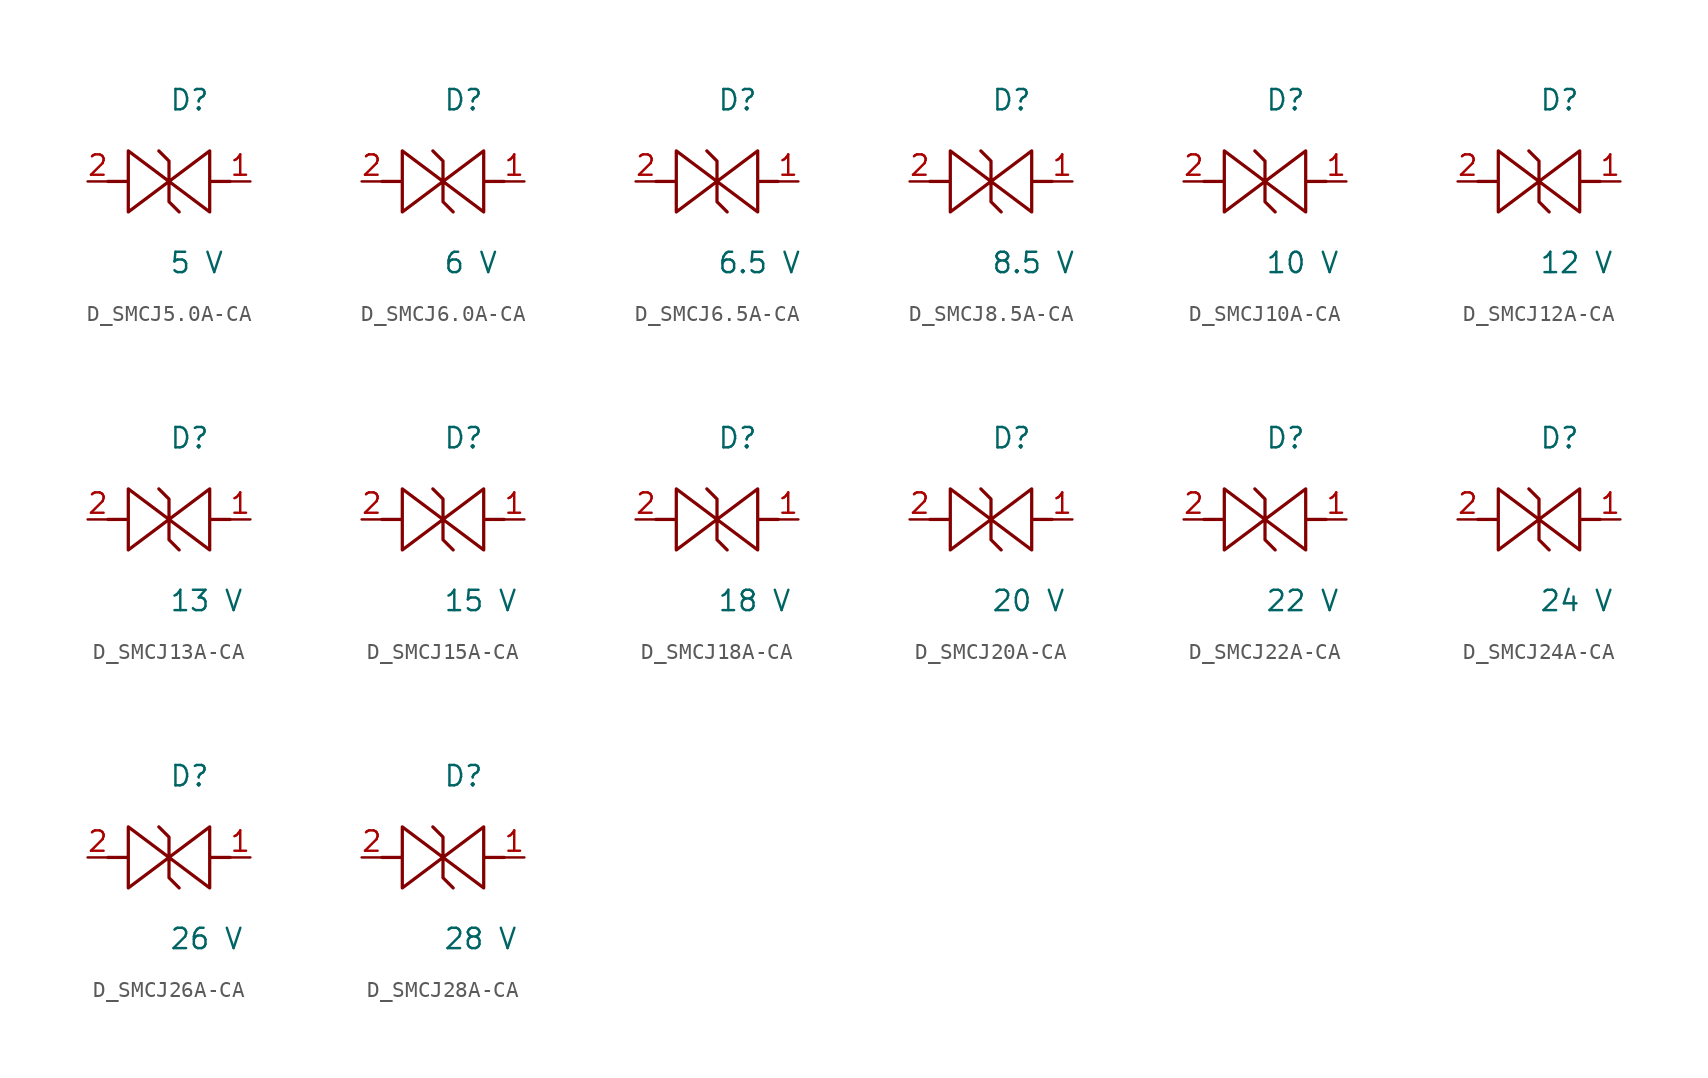
<source format=kicad_sym>
(kicad_symbol_lib
  (version 20231120)
  (generator kicad_symbol_editor)
  (generator_version 8.0)
  (symbol "D_SMCJ5.0A-CA"
    (pin_names
      (offset 0.254))
    (property "Reference" "D"
      (at 0 5.08 0)
      (effects (font (size 1.27 1.27)) (justify left)))
    (property "Value" "5 V"
      (at 0 -5.08 0)
      (effects (font (size 1.27 1.27)) (justify left)))
    (symbol "D_SMCJ5.0A-CA_1_0"
      (polyline (pts (xy 3.81 0) (xy 2.54 0) (xy 2.54 1.905) (xy 0 0) (xy 0 1.27) (xy -0.635 1.905) (xy 0 1.27) (xy 0 0) (xy -2.54 1.905) (xy -2.54 0) (xy -3.81 0) (xy -2.54 0) (xy -2.54 -1.905) (xy 0 0) (xy 0 -1.27) (xy 0.635 -1.905) (xy 0 -1.27) (xy 0 0) (xy 2.54 -1.905) (xy 2.54 0)) (stroke (width 0.203) (type default)) (fill (type none)))
      (pin passive line (at 5.08 0 180) (length 1.27) (name "" (effects (font (size 1.27 1.27)))) (number "1" (effects (font (size 1.27 1.27)))))
      (pin passive line (at -5.08 0 0) (length 1.27) (name "" (effects (font (size 1.27 1.27)))) (number "2" (effects (font (size 1.27 1.27)))))))
  (symbol "D_SMCJ6.0A-CA"
    (pin_names
      (offset 0.254))
    (property "Reference" "D"
      (at 0 5.08 0)
      (effects (font (size 1.27 1.27)) (justify left)))
    (property "Value" "6 V"
      (at 0 -5.08 0)
      (effects (font (size 1.27 1.27)) (justify left)))
    (symbol "D_SMCJ6.0A-CA_1_0"
      (polyline (pts (xy 3.81 0) (xy 2.54 0) (xy 2.54 1.905) (xy 0 0) (xy 0 1.27) (xy -0.635 1.905) (xy 0 1.27) (xy 0 0) (xy -2.54 1.905) (xy -2.54 0) (xy -3.81 0) (xy -2.54 0) (xy -2.54 -1.905) (xy 0 0) (xy 0 -1.27) (xy 0.635 -1.905) (xy 0 -1.27) (xy 0 0) (xy 2.54 -1.905) (xy 2.54 0)) (stroke (width 0.203) (type default)) (fill (type none)))
      (pin passive line (at 5.08 0 180) (length 1.27) (name "" (effects (font (size 1.27 1.27)))) (number "1" (effects (font (size 1.27 1.27)))))
      (pin passive line (at -5.08 0 0) (length 1.27) (name "" (effects (font (size 1.27 1.27)))) (number "2" (effects (font (size 1.27 1.27)))))))
  (symbol "D_SMCJ6.5A-CA"
    (pin_names
      (offset 0.254))
    (property "Reference" "D"
      (at 0 5.08 0)
      (effects (font (size 1.27 1.27)) (justify left)))
    (property "Value" "6.5 V"
      (at 0 -5.08 0)
      (effects (font (size 1.27 1.27)) (justify left)))
    (symbol "D_SMCJ6.5A-CA_1_0"
      (polyline (pts (xy 3.81 0) (xy 2.54 0) (xy 2.54 1.905) (xy 0 0) (xy 0 1.27) (xy -0.635 1.905) (xy 0 1.27) (xy 0 0) (xy -2.54 1.905) (xy -2.54 0) (xy -3.81 0) (xy -2.54 0) (xy -2.54 -1.905) (xy 0 0) (xy 0 -1.27) (xy 0.635 -1.905) (xy 0 -1.27) (xy 0 0) (xy 2.54 -1.905) (xy 2.54 0)) (stroke (width 0.203) (type default)) (fill (type none)))
      (pin passive line (at 5.08 0 180) (length 1.27) (name "" (effects (font (size 1.27 1.27)))) (number "1" (effects (font (size 1.27 1.27)))))
      (pin passive line (at -5.08 0 0) (length 1.27) (name "" (effects (font (size 1.27 1.27)))) (number "2" (effects (font (size 1.27 1.27)))))))
  (symbol "D_SMCJ8.5A-CA"
    (pin_names
      (offset 0.254))
    (property "Reference" "D"
      (at 0 5.08 0)
      (effects (font (size 1.27 1.27)) (justify left)))
    (property "Value" "8.5 V"
      (at 0 -5.08 0)
      (effects (font (size 1.27 1.27)) (justify left)))
    (symbol "D_SMCJ8.5A-CA_1_0"
      (polyline (pts (xy 3.81 0) (xy 2.54 0) (xy 2.54 1.905) (xy 0 0) (xy 0 1.27) (xy -0.635 1.905) (xy 0 1.27) (xy 0 0) (xy -2.54 1.905) (xy -2.54 0) (xy -3.81 0) (xy -2.54 0) (xy -2.54 -1.905) (xy 0 0) (xy 0 -1.27) (xy 0.635 -1.905) (xy 0 -1.27) (xy 0 0) (xy 2.54 -1.905) (xy 2.54 0)) (stroke (width 0.203) (type default)) (fill (type none)))
      (pin passive line (at 5.08 0 180) (length 1.27) (name "" (effects (font (size 1.27 1.27)))) (number "1" (effects (font (size 1.27 1.27)))))
      (pin passive line (at -5.08 0 0) (length 1.27) (name "" (effects (font (size 1.27 1.27)))) (number "2" (effects (font (size 1.27 1.27)))))))
  (symbol "D_SMCJ10A-CA"
    (pin_names
      (offset 0.254))
    (property "Reference" "D"
      (at 0 5.08 0)
      (effects (font (size 1.27 1.27)) (justify left)))
    (property "Value" "10 V"
      (at 0 -5.08 0)
      (effects (font (size 1.27 1.27)) (justify left)))
    (symbol "D_SMCJ10A-CA_1_0"
      (polyline (pts (xy 3.81 0) (xy 2.54 0) (xy 2.54 1.905) (xy 0 0) (xy 0 1.27) (xy -0.635 1.905) (xy 0 1.27) (xy 0 0) (xy -2.54 1.905) (xy -2.54 0) (xy -3.81 0) (xy -2.54 0) (xy -2.54 -1.905) (xy 0 0) (xy 0 -1.27) (xy 0.635 -1.905) (xy 0 -1.27) (xy 0 0) (xy 2.54 -1.905) (xy 2.54 0)) (stroke (width 0.203) (type default)) (fill (type none)))
      (pin passive line (at 5.08 0 180) (length 1.27) (name "" (effects (font (size 1.27 1.27)))) (number "1" (effects (font (size 1.27 1.27)))))
      (pin passive line (at -5.08 0 0) (length 1.27) (name "" (effects (font (size 1.27 1.27)))) (number "2" (effects (font (size 1.27 1.27)))))))
  (symbol "D_SMCJ12A-CA"
    (pin_names
      (offset 0.254))
    (property "Reference" "D"
      (at 0 5.08 0)
      (effects (font (size 1.27 1.27)) (justify left)))
    (property "Value" "12 V"
      (at 0 -5.08 0)
      (effects (font (size 1.27 1.27)) (justify left)))
    (symbol "D_SMCJ12A-CA_1_0"
      (polyline (pts (xy 3.81 0) (xy 2.54 0) (xy 2.54 1.905) (xy 0 0) (xy 0 1.27) (xy -0.635 1.905) (xy 0 1.27) (xy 0 0) (xy -2.54 1.905) (xy -2.54 0) (xy -3.81 0) (xy -2.54 0) (xy -2.54 -1.905) (xy 0 0) (xy 0 -1.27) (xy 0.635 -1.905) (xy 0 -1.27) (xy 0 0) (xy 2.54 -1.905) (xy 2.54 0)) (stroke (width 0.203) (type default)) (fill (type none)))
      (pin passive line (at 5.08 0 180) (length 1.27) (name "" (effects (font (size 1.27 1.27)))) (number "1" (effects (font (size 1.27 1.27)))))
      (pin passive line (at -5.08 0 0) (length 1.27) (name "" (effects (font (size 1.27 1.27)))) (number "2" (effects (font (size 1.27 1.27)))))))
  (symbol "D_SMCJ13A-CA"
    (pin_names
      (offset 0.254))
    (property "Reference" "D"
      (at 0 5.08 0)
      (effects (font (size 1.27 1.27)) (justify left)))
    (property "Value" "13 V"
      (at 0 -5.08 0)
      (effects (font (size 1.27 1.27)) (justify left)))
    (symbol "D_SMCJ13A-CA_1_0"
      (polyline (pts (xy 3.81 0) (xy 2.54 0) (xy 2.54 1.905) (xy 0 0) (xy 0 1.27) (xy -0.635 1.905) (xy 0 1.27) (xy 0 0) (xy -2.54 1.905) (xy -2.54 0) (xy -3.81 0) (xy -2.54 0) (xy -2.54 -1.905) (xy 0 0) (xy 0 -1.27) (xy 0.635 -1.905) (xy 0 -1.27) (xy 0 0) (xy 2.54 -1.905) (xy 2.54 0)) (stroke (width 0.203) (type default)) (fill (type none)))
      (pin passive line (at 5.08 0 180) (length 1.27) (name "" (effects (font (size 1.27 1.27)))) (number "1" (effects (font (size 1.27 1.27)))))
      (pin passive line (at -5.08 0 0) (length 1.27) (name "" (effects (font (size 1.27 1.27)))) (number "2" (effects (font (size 1.27 1.27)))))))
  (symbol "D_SMCJ15A-CA"
    (pin_names
      (offset 0.254))
    (property "Reference" "D"
      (at 0 5.08 0)
      (effects (font (size 1.27 1.27)) (justify left)))
    (property "Value" "15 V"
      (at 0 -5.08 0)
      (effects (font (size 1.27 1.27)) (justify left)))
    (symbol "D_SMCJ15A-CA_1_0"
      (polyline (pts (xy 3.81 0) (xy 2.54 0) (xy 2.54 1.905) (xy 0 0) (xy 0 1.27) (xy -0.635 1.905) (xy 0 1.27) (xy 0 0) (xy -2.54 1.905) (xy -2.54 0) (xy -3.81 0) (xy -2.54 0) (xy -2.54 -1.905) (xy 0 0) (xy 0 -1.27) (xy 0.635 -1.905) (xy 0 -1.27) (xy 0 0) (xy 2.54 -1.905) (xy 2.54 0)) (stroke (width 0.203) (type default)) (fill (type none)))
      (pin passive line (at 5.08 0 180) (length 1.27) (name "" (effects (font (size 1.27 1.27)))) (number "1" (effects (font (size 1.27 1.27)))))
      (pin passive line (at -5.08 0 0) (length 1.27) (name "" (effects (font (size 1.27 1.27)))) (number "2" (effects (font (size 1.27 1.27)))))))
  (symbol "D_SMCJ18A-CA"
    (pin_names
      (offset 0.254))
    (property "Reference" "D"
      (at 0 5.08 0)
      (effects (font (size 1.27 1.27)) (justify left)))
    (property "Value" "18 V"
      (at 0 -5.08 0)
      (effects (font (size 1.27 1.27)) (justify left)))
    (symbol "D_SMCJ18A-CA_1_0"
      (polyline (pts (xy 3.81 0) (xy 2.54 0) (xy 2.54 1.905) (xy 0 0) (xy 0 1.27) (xy -0.635 1.905) (xy 0 1.27) (xy 0 0) (xy -2.54 1.905) (xy -2.54 0) (xy -3.81 0) (xy -2.54 0) (xy -2.54 -1.905) (xy 0 0) (xy 0 -1.27) (xy 0.635 -1.905) (xy 0 -1.27) (xy 0 0) (xy 2.54 -1.905) (xy 2.54 0)) (stroke (width 0.203) (type default)) (fill (type none)))
      (pin passive line (at 5.08 0 180) (length 1.27) (name "" (effects (font (size 1.27 1.27)))) (number "1" (effects (font (size 1.27 1.27)))))
      (pin passive line (at -5.08 0 0) (length 1.27) (name "" (effects (font (size 1.27 1.27)))) (number "2" (effects (font (size 1.27 1.27)))))))
  (symbol "D_SMCJ20A-CA"
    (pin_names
      (offset 0.254))
    (property "Reference" "D"
      (at 0 5.08 0)
      (effects (font (size 1.27 1.27)) (justify left)))
    (property "Value" "20 V"
      (at 0 -5.08 0)
      (effects (font (size 1.27 1.27)) (justify left)))
    (symbol "D_SMCJ20A-CA_1_0"
      (polyline (pts (xy 3.81 0) (xy 2.54 0) (xy 2.54 1.905) (xy 0 0) (xy 0 1.27) (xy -0.635 1.905) (xy 0 1.27) (xy 0 0) (xy -2.54 1.905) (xy -2.54 0) (xy -3.81 0) (xy -2.54 0) (xy -2.54 -1.905) (xy 0 0) (xy 0 -1.27) (xy 0.635 -1.905) (xy 0 -1.27) (xy 0 0) (xy 2.54 -1.905) (xy 2.54 0)) (stroke (width 0.203) (type default)) (fill (type none)))
      (pin passive line (at 5.08 0 180) (length 1.27) (name "" (effects (font (size 1.27 1.27)))) (number "1" (effects (font (size 1.27 1.27)))))
      (pin passive line (at -5.08 0 0) (length 1.27) (name "" (effects (font (size 1.27 1.27)))) (number "2" (effects (font (size 1.27 1.27)))))))
  (symbol "D_SMCJ22A-CA"
    (pin_names
      (offset 0.254))
    (property "Reference" "D"
      (at 0 5.08 0)
      (effects (font (size 1.27 1.27)) (justify left)))
    (property "Value" "22 V"
      (at 0 -5.08 0)
      (effects (font (size 1.27 1.27)) (justify left)))
    (symbol "D_SMCJ22A-CA_1_0"
      (polyline (pts (xy 3.81 0) (xy 2.54 0) (xy 2.54 1.905) (xy 0 0) (xy 0 1.27) (xy -0.635 1.905) (xy 0 1.27) (xy 0 0) (xy -2.54 1.905) (xy -2.54 0) (xy -3.81 0) (xy -2.54 0) (xy -2.54 -1.905) (xy 0 0) (xy 0 -1.27) (xy 0.635 -1.905) (xy 0 -1.27) (xy 0 0) (xy 2.54 -1.905) (xy 2.54 0)) (stroke (width 0.203) (type default)) (fill (type none)))
      (pin passive line (at 5.08 0 180) (length 1.27) (name "" (effects (font (size 1.27 1.27)))) (number "1" (effects (font (size 1.27 1.27)))))
      (pin passive line (at -5.08 0 0) (length 1.27) (name "" (effects (font (size 1.27 1.27)))) (number "2" (effects (font (size 1.27 1.27)))))))
  (symbol "D_SMCJ24A-CA"
    (pin_names
      (offset 0.254))
    (property "Reference" "D"
      (at 0 5.08 0)
      (effects (font (size 1.27 1.27)) (justify left)))
    (property "Value" "24 V"
      (at 0 -5.08 0)
      (effects (font (size 1.27 1.27)) (justify left)))
    (symbol "D_SMCJ24A-CA_1_0"
      (polyline (pts (xy 3.81 0) (xy 2.54 0) (xy 2.54 1.905) (xy 0 0) (xy 0 1.27) (xy -0.635 1.905) (xy 0 1.27) (xy 0 0) (xy -2.54 1.905) (xy -2.54 0) (xy -3.81 0) (xy -2.54 0) (xy -2.54 -1.905) (xy 0 0) (xy 0 -1.27) (xy 0.635 -1.905) (xy 0 -1.27) (xy 0 0) (xy 2.54 -1.905) (xy 2.54 0)) (stroke (width 0.203) (type default)) (fill (type none)))
      (pin passive line (at 5.08 0 180) (length 1.27) (name "" (effects (font (size 1.27 1.27)))) (number "1" (effects (font (size 1.27 1.27)))))
      (pin passive line (at -5.08 0 0) (length 1.27) (name "" (effects (font (size 1.27 1.27)))) (number "2" (effects (font (size 1.27 1.27)))))))
  (symbol "D_SMCJ26A-CA"
    (pin_names
      (offset 0.254))
    (property "Reference" "D"
      (at 0 5.08 0)
      (effects (font (size 1.27 1.27)) (justify left)))
    (property "Value" "26 V"
      (at 0 -5.08 0)
      (effects (font (size 1.27 1.27)) (justify left)))
    (symbol "D_SMCJ26A-CA_1_0"
      (polyline (pts (xy 3.81 0) (xy 2.54 0) (xy 2.54 1.905) (xy 0 0) (xy 0 1.27) (xy -0.635 1.905) (xy 0 1.27) (xy 0 0) (xy -2.54 1.905) (xy -2.54 0) (xy -3.81 0) (xy -2.54 0) (xy -2.54 -1.905) (xy 0 0) (xy 0 -1.27) (xy 0.635 -1.905) (xy 0 -1.27) (xy 0 0) (xy 2.54 -1.905) (xy 2.54 0)) (stroke (width 0.203) (type default)) (fill (type none)))
      (pin passive line (at 5.08 0 180) (length 1.27) (name "" (effects (font (size 1.27 1.27)))) (number "1" (effects (font (size 1.27 1.27)))))
      (pin passive line (at -5.08 0 0) (length 1.27) (name "" (effects (font (size 1.27 1.27)))) (number "2" (effects (font (size 1.27 1.27)))))))
  (symbol "D_SMCJ28A-CA"
    (pin_names
      (offset 0.254))
    (property "Reference" "D"
      (at 0 5.08 0)
      (effects (font (size 1.27 1.27)) (justify left)))
    (property "Value" "28 V"
      (at 0 -5.08 0)
      (effects (font (size 1.27 1.27)) (justify left)))
    (symbol "D_SMCJ28A-CA_1_0"
      (polyline (pts (xy 3.81 0) (xy 2.54 0) (xy 2.54 1.905) (xy 0 0) (xy 0 1.27) (xy -0.635 1.905) (xy 0 1.27) (xy 0 0) (xy -2.54 1.905) (xy -2.54 0) (xy -3.81 0) (xy -2.54 0) (xy -2.54 -1.905) (xy 0 0) (xy 0 -1.27) (xy 0.635 -1.905) (xy 0 -1.27) (xy 0 0) (xy 2.54 -1.905) (xy 2.54 0)) (stroke (width 0.203) (type default)) (fill (type none)))
      (pin passive line (at 5.08 0 180) (length 1.27) (name "" (effects (font (size 1.27 1.27)))) (number "1" (effects (font (size 1.27 1.27)))))
      (pin passive line (at -5.08 0 0) (length 1.27) (name "" (effects (font (size 1.27 1.27)))) (number "2" (effects (font (size 1.27 1.27))))))))
</source>
